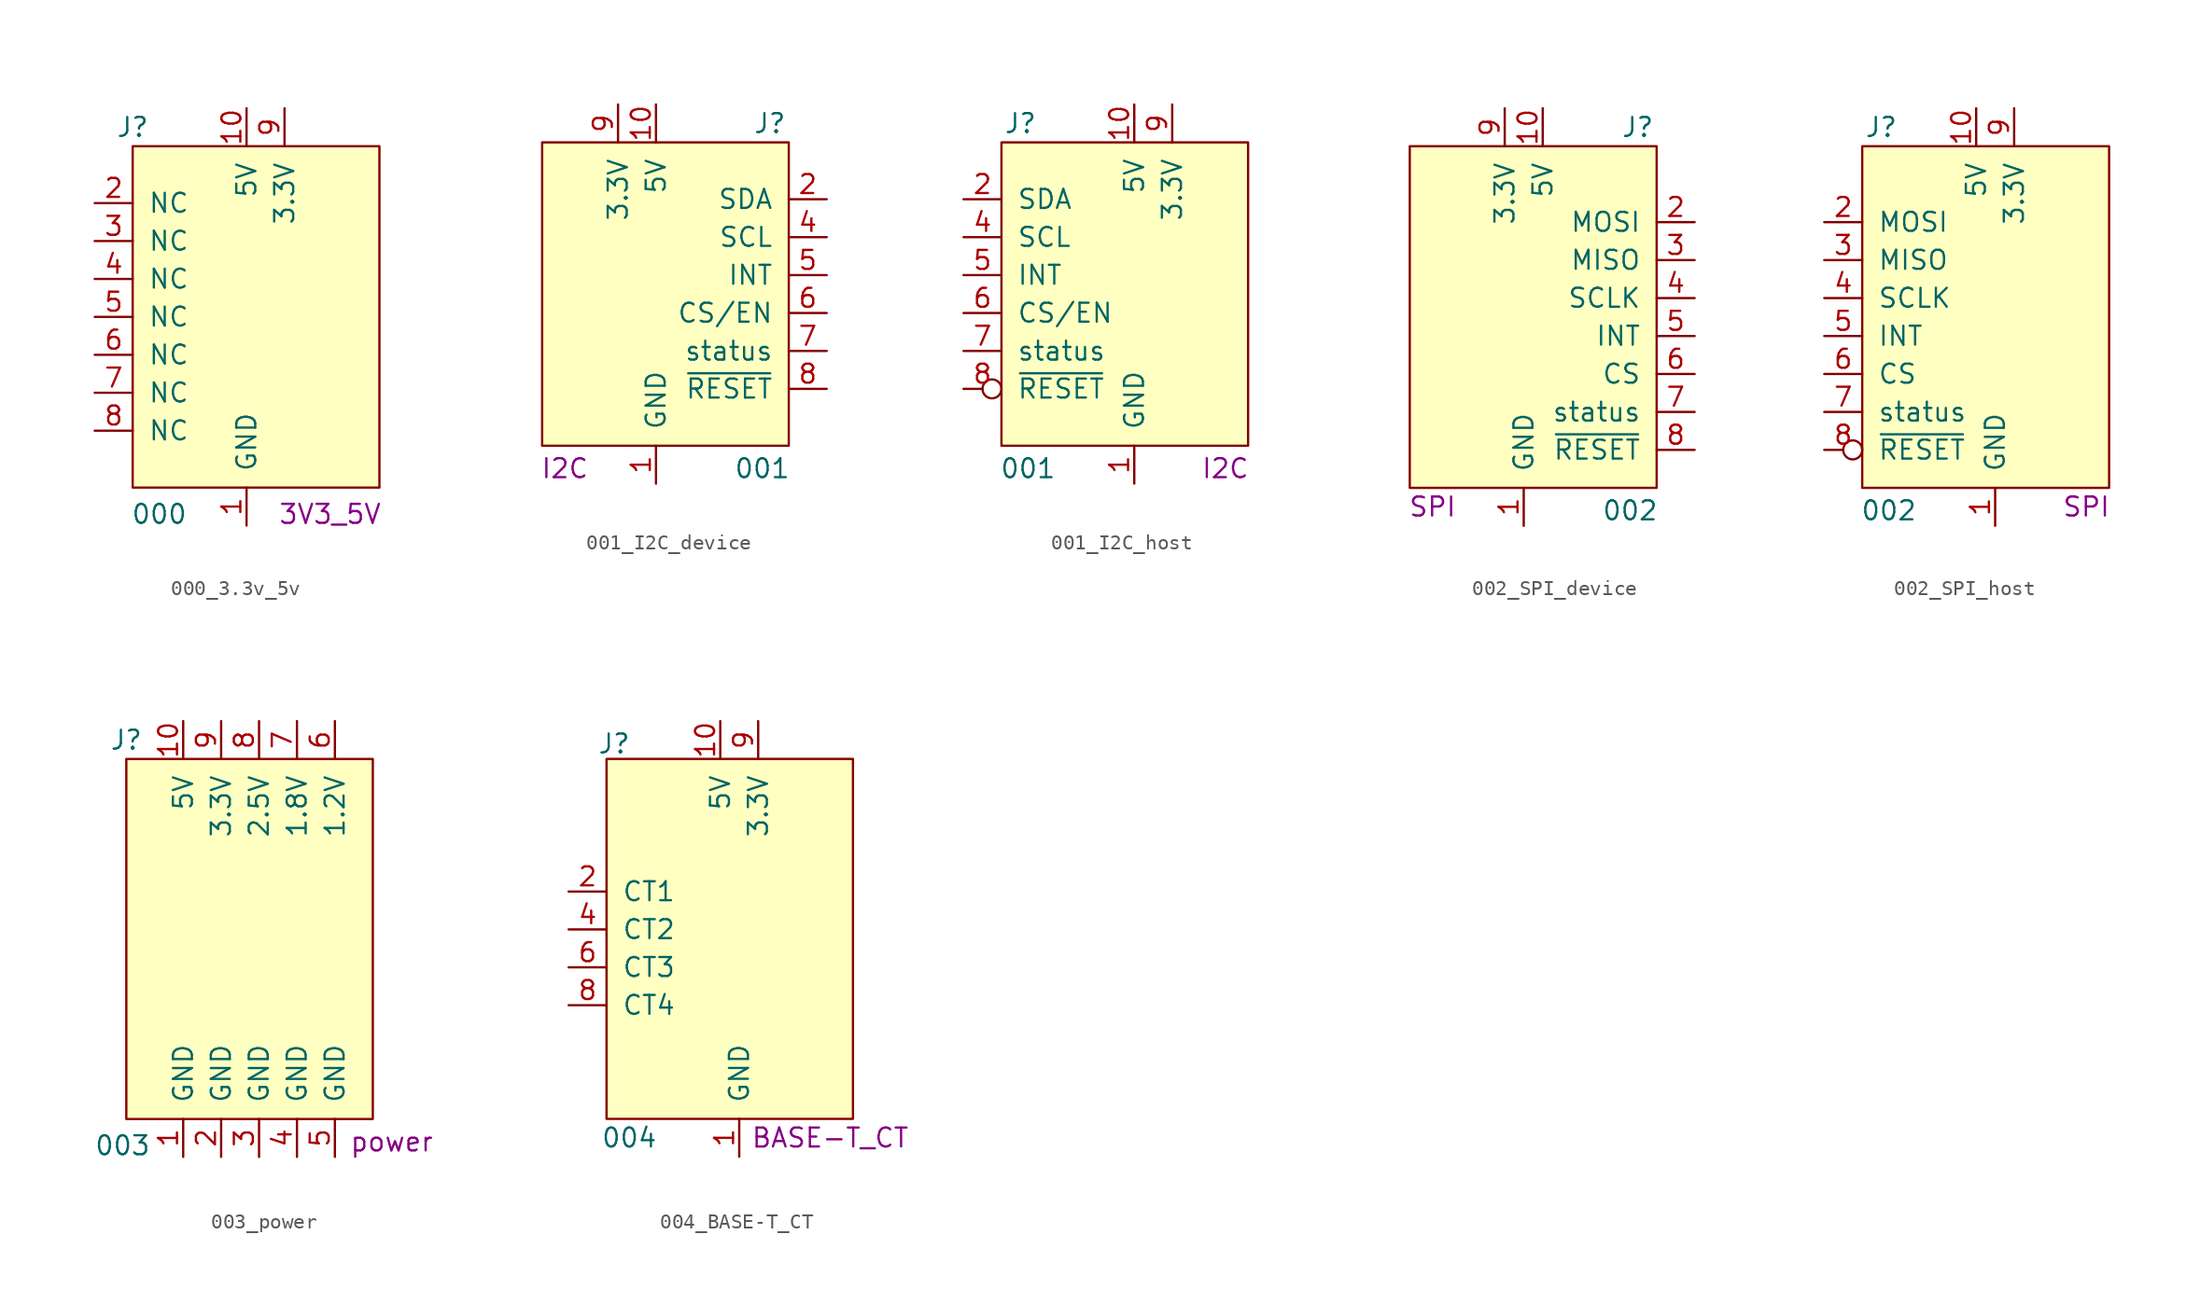
<source format=kicad_sym>
(kicad_symbol_lib
  (version 20241209)
  (generator "kicad_symbol_editor")
  (generator_version "9.0")
  (symbol "000_3.3v_5v"
    (pin_names
      (offset 1.016))
    (property "Reference" "J"
      (at -7.62 15.24 0)
      (effects (font (size 1.27 1.27))))
    (property "Value" "000"
      (at -5.842 -10.668 0)
      (effects (font (size 1.27 1.27))))
    (property "Type" "3V3_5V"
      (at 5.588 -10.668 0)
      (effects (font (size 1.27 1.27))))
    (symbol "000_3.3v_5v_0_1"
      (rectangle (start -7.62 13.97) (end 8.89 -8.89) (stroke (width 0) (type default)) (fill (type background))))
    (symbol "000_3.3v_5v_1_1"
      (pin passive line (at -10.16 10.16 0) (length 2.54) (name "NC" (effects (font (size 1.27 1.27)))) (number "2" (effects (font (size 1.27 1.27)))))
      (pin passive line (at -10.16 7.62 0) (length 2.54) (name "NC" (effects (font (size 1.27 1.27)))) (number "3" (effects (font (size 1.27 1.27)))))
      (pin passive line (at -10.16 5.08 0) (length 2.54) (name "NC" (effects (font (size 1.27 1.27)))) (number "4" (effects (font (size 1.27 1.27)))))
      (pin passive line (at -10.16 2.54 0) (length 2.54) (name "NC" (effects (font (size 1.27 1.27)))) (number "5" (effects (font (size 1.27 1.27)))))
      (pin passive line (at -10.16 0 0) (length 2.54) (name "NC" (effects (font (size 1.27 1.27)))) (number "6" (effects (font (size 1.27 1.27)))))
      (pin passive line (at -10.16 -2.54 0) (length 2.54) (name "NC" (effects (font (size 1.27 1.27)))) (number "7" (effects (font (size 1.27 1.27)))))
      (pin passive line (at -10.16 -5.08 0) (length 2.54) (name "NC" (effects (font (size 1.27 1.27)))) (number "8" (effects (font (size 1.27 1.27)))))
      (pin passive line (at 0 16.51 270) (length 2.54) (name "5V" (effects (font (size 1.27 1.27)))) (number "10" (effects (font (size 1.27 1.27)))))
      (pin passive line (at 0 -11.43 90) (length 2.54) (name "GND" (effects (font (size 1.27 1.27)))) (number "1" (effects (font (size 1.27 1.27)))))
      (pin passive line (at 2.54 16.51 270) (length 2.54) (name "3.3V" (effects (font (size 1.27 1.27)))) (number "9" (effects (font (size 1.27 1.27)))))))
  (symbol "001_I2C_device"
    (pin_names
      (offset 1.016))
    (property "Reference" "J"
      (at 7.62 13.97 0)
      (effects (font (size 1.27 1.27))))
    (property "Value" "001"
      (at 7.112 -9.144 0)
      (effects (font (size 1.27 1.27))))
    (property "Type" "I2C"
      (at -6.096 -9.144 0)
      (effects (font (size 1.27 1.27))))
    (symbol "001_I2C_device_0_1"
      (rectangle (start -7.62 12.7) (end 8.89 -7.62) (stroke (width 0) (type default)) (fill (type background))))
    (symbol "001_I2C_device_1_1"
      (pin no_connect line (at -10.16 2.54 0) (length 2.54) (hide yes) (name "N/C" (effects (font (size 1.27 1.27)))) (number "3" (effects (font (size 1.27 1.27)))))
      (pin power_out line (at -2.54 15.24 270) (length 2.54) (name "3.3V" (effects (font (size 1.27 1.27)))) (number "9" (effects (font (size 1.27 1.27)))))
      (pin power_out line (at 0 15.24 270) (length 2.54) (name "5V" (effects (font (size 1.27 1.27)))) (number "10" (effects (font (size 1.27 1.27)))))
      (pin passive line (at 0 -10.16 90) (length 2.54) (name "GND" (effects (font (size 1.27 1.27)))) (number "1" (effects (font (size 1.27 1.27)))))
      (pin bidirectional line (at 11.43 8.89 180) (length 2.54) (name "SDA" (effects (font (size 1.27 1.27)))) (number "2" (effects (font (size 1.27 1.27)))))
      (pin output line (at 11.43 6.35 180) (length 2.54) (name "SCL" (effects (font (size 1.27 1.27)))) (number "4" (effects (font (size 1.27 1.27)))))
      (pin input line (at 11.43 3.81 180) (length 2.54) (name "INT" (effects (font (size 1.27 1.27)))) (number "5" (effects (font (size 1.27 1.27)))))
      (pin output line (at 11.43 1.27 180) (length 2.54) (name "CS/EN" (effects (font (size 1.27 1.27)))) (number "6" (effects (font (size 1.27 1.27)))))
      (pin input line (at 11.43 -1.27 180) (length 2.54) (name "status" (effects (font (size 1.27 1.27)))) (number "7" (effects (font (size 1.27 1.27)))))
      (pin output line (at 11.43 -3.81 180) (length 2.54) (name "~{RESET}" (effects (font (size 1.27 1.27)))) (number "8" (effects (font (size 1.27 1.27)))))))
  (symbol "001_I2C_host"
    (pin_names
      (offset 1.016))
    (property "Reference" "J"
      (at -7.62 13.97 0)
      (effects (font (size 1.27 1.27))))
    (property "Value" "001"
      (at -7.112 -9.144 0)
      (effects (font (size 1.27 1.27))))
    (property "Type" "I2C"
      (at 6.096 -9.144 0)
      (effects (font (size 1.27 1.27))))
    (symbol "001_I2C_host_0_1"
      (rectangle (start -8.89 12.7) (end 7.62 -7.62) (stroke (width 0) (type default)) (fill (type background))))
    (symbol "001_I2C_host_1_1"
      (pin bidirectional line (at -11.43 8.89 0) (length 2.54) (name "SDA" (effects (font (size 1.27 1.27)))) (number "2" (effects (font (size 1.27 1.27)))))
      (pin input line (at -11.43 6.35 0) (length 2.54) (name "SCL" (effects (font (size 1.27 1.27)))) (number "4" (effects (font (size 1.27 1.27)))))
      (pin output line (at -11.43 3.81 0) (length 2.54) (name "INT" (effects (font (size 1.27 1.27)))) (number "5" (effects (font (size 1.27 1.27)))))
      (pin input line (at -11.43 1.27 0) (length 2.54) (name "CS/EN" (effects (font (size 1.27 1.27)))) (number "6" (effects (font (size 1.27 1.27)))))
      (pin output line (at -11.43 -1.27 0) (length 2.54) (name "status" (effects (font (size 1.27 1.27)))) (number "7" (effects (font (size 1.27 1.27)))))
      (pin input inverted (at -11.43 -3.81 0) (length 2.54) (name "~{RESET}" (effects (font (size 1.27 1.27)))) (number "8" (effects (font (size 1.27 1.27)))))
      (pin power_in line (at 0 15.24 270) (length 2.54) (name "5V" (effects (font (size 1.27 1.27)))) (number "10" (effects (font (size 1.27 1.27)))))
      (pin passive line (at 0 -10.16 90) (length 2.54) (name "GND" (effects (font (size 1.27 1.27)))) (number "1" (effects (font (size 1.27 1.27)))))
      (pin power_in line (at 2.54 15.24 270) (length 2.54) (name "3.3V" (effects (font (size 1.27 1.27)))) (number "9" (effects (font (size 1.27 1.27)))))
      (pin no_connect line (at 10.16 1.27 180) (length 2.54) (hide yes) (name "N/C" (effects (font (size 1.27 1.27)))) (number "3" (effects (font (size 1.27 1.27)))))))
  (symbol "002_SPI_device"
    (pin_names
      (offset 1.016))
    (property "Reference" "J"
      (at 6.35 13.97 0)
      (effects (font (size 1.27 1.27))))
    (property "Value" "002"
      (at 5.842 -11.684 0)
      (effects (font (size 1.27 1.27))))
    (property "Type" "SPI"
      (at -7.366 -11.43 0)
      (effects (font (size 1.27 1.27))))
    (symbol "002_SPI_device_0_1"
      (rectangle (start 7.62 12.7) (end -8.89 -10.16) (stroke (width 0) (type default)) (fill (type background))))
    (symbol "002_SPI_device_1_1"
      (pin power_out line (at -2.54 15.24 270) (length 2.54) (name "3.3V" (effects (font (size 1.27 1.27)))) (number "9" (effects (font (size 1.27 1.27)))))
      (pin power_out line (at -1.27 -12.7 90) (length 2.54) (name "GND" (effects (font (size 1.27 1.27)))) (number "1" (effects (font (size 1.27 1.27)))))
      (pin power_out line (at 0 15.24 270) (length 2.54) (name "5V" (effects (font (size 1.27 1.27)))) (number "10" (effects (font (size 1.27 1.27)))))
      (pin output line (at 10.16 7.62 180) (length 2.54) (name "MOSI" (effects (font (size 1.27 1.27)))) (number "2" (effects (font (size 1.27 1.27)))))
      (pin input line (at 10.16 5.08 180) (length 2.54) (name "MISO" (effects (font (size 1.27 1.27)))) (number "3" (effects (font (size 1.27 1.27)))))
      (pin output line (at 10.16 2.54 180) (length 2.54) (name "SCLK" (effects (font (size 1.27 1.27)))) (number "4" (effects (font (size 1.27 1.27)))))
      (pin input line (at 10.16 0 180) (length 2.54) (name "INT" (effects (font (size 1.27 1.27)))) (number "5" (effects (font (size 1.27 1.27)))))
      (pin output line (at 10.16 -2.54 180) (length 2.54) (name "CS" (effects (font (size 1.27 1.27)))) (number "6" (effects (font (size 1.27 1.27)))))
      (pin input line (at 10.16 -5.08 180) (length 2.54) (name "status" (effects (font (size 1.27 1.27)))) (number "7" (effects (font (size 1.27 1.27)))))
      (pin output line (at 10.16 -7.62 180) (length 2.54) (name "~{RESET}" (effects (font (size 1.27 1.27)))) (number "8" (effects (font (size 1.27 1.27)))))))
  (symbol "002_SPI_host"
    (pin_names
      (offset 1.016))
    (property "Reference" "J"
      (at -6.35 13.97 0)
      (effects (font (size 1.27 1.27))))
    (property "Value" "002"
      (at -5.842 -11.684 0)
      (effects (font (size 1.27 1.27))))
    (property "Type" "SPI"
      (at 7.366 -11.43 0)
      (effects (font (size 1.27 1.27))))
    (symbol "002_SPI_host_0_1"
      (rectangle (start -7.62 12.7) (end 8.89 -10.16) (stroke (width 0) (type default)) (fill (type background))))
    (symbol "002_SPI_host_1_1"
      (pin input line (at -10.16 7.62 0) (length 2.54) (name "MOSI" (effects (font (size 1.27 1.27)))) (number "2" (effects (font (size 1.27 1.27)))))
      (pin output line (at -10.16 5.08 0) (length 2.54) (name "MISO" (effects (font (size 1.27 1.27)))) (number "3" (effects (font (size 1.27 1.27)))))
      (pin input line (at -10.16 2.54 0) (length 2.54) (name "SCLK" (effects (font (size 1.27 1.27)))) (number "4" (effects (font (size 1.27 1.27)))))
      (pin output line (at -10.16 0 0) (length 2.54) (name "INT" (effects (font (size 1.27 1.27)))) (number "5" (effects (font (size 1.27 1.27)))))
      (pin input line (at -10.16 -2.54 0) (length 2.54) (name "CS" (effects (font (size 1.27 1.27)))) (number "6" (effects (font (size 1.27 1.27)))))
      (pin output line (at -10.16 -5.08 0) (length 2.54) (name "status" (effects (font (size 1.27 1.27)))) (number "7" (effects (font (size 1.27 1.27)))))
      (pin input inverted (at -10.16 -7.62 0) (length 2.54) (name "~{RESET}" (effects (font (size 1.27 1.27)))) (number "8" (effects (font (size 1.27 1.27)))))
      (pin power_in line (at 0 15.24 270) (length 2.54) (name "5V" (effects (font (size 1.27 1.27)))) (number "10" (effects (font (size 1.27 1.27)))))
      (pin passive line (at 1.27 -12.7 90) (length 2.54) (name "GND" (effects (font (size 1.27 1.27)))) (number "1" (effects (font (size 1.27 1.27)))))
      (pin power_in line (at 2.54 15.24 270) (length 2.54) (name "3.3V" (effects (font (size 1.27 1.27)))) (number "9" (effects (font (size 1.27 1.27)))))))
  (symbol "003_power"
    (pin_names
      (offset 1.016))
    (property "Reference" "J"
      (at -8.89 13.97 0)
      (effects (font (size 1.27 1.27))))
    (property "Value" "003"
      (at -9.144 -13.208 0)
      (effects (font (size 1.27 1.27))))
    (property "Type" "power"
      (at 8.89 -12.954 0)
      (effects (font (size 1.27 1.27))))
    (symbol "003_power_0_1"
      (rectangle (start -8.89 12.7) (end 7.62 -11.43) (stroke (width 0) (type default)) (fill (type background))))
    (symbol "003_power_1_1"
      (pin passive line (at -5.08 15.24 270) (length 2.54) (name "5V" (effects (font (size 1.27 1.27)))) (number "10" (effects (font (size 1.27 1.27)))))
      (pin passive line (at -5.08 -13.97 90) (length 2.54) (name "GND" (effects (font (size 1.27 1.27)))) (number "1" (effects (font (size 1.27 1.27)))))
      (pin passive line (at -2.54 15.24 270) (length 2.54) (name "3.3V" (effects (font (size 1.27 1.27)))) (number "9" (effects (font (size 1.27 1.27)))))
      (pin passive line (at -2.54 -13.97 90) (length 2.54) (name "GND" (effects (font (size 1.27 1.27)))) (number "2" (effects (font (size 1.27 1.27)))))
      (pin passive line (at 0 15.24 270) (length 2.54) (name "2.5V" (effects (font (size 1.27 1.27)))) (number "8" (effects (font (size 1.27 1.27)))))
      (pin passive line (at 0 -13.97 90) (length 2.54) (name "GND" (effects (font (size 1.27 1.27)))) (number "3" (effects (font (size 1.27 1.27)))))
      (pin passive line (at 2.54 15.24 270) (length 2.54) (name "1.8V" (effects (font (size 1.27 1.27)))) (number "7" (effects (font (size 1.27 1.27)))))
      (pin passive line (at 2.54 -13.97 90) (length 2.54) (name "GND" (effects (font (size 1.27 1.27)))) (number "4" (effects (font (size 1.27 1.27)))))
      (pin passive line (at 5.08 15.24 270) (length 2.54) (name "1.2V" (effects (font (size 1.27 1.27)))) (number "6" (effects (font (size 1.27 1.27)))))
      (pin passive line (at 5.08 -13.97 90) (length 2.54) (name "GND" (effects (font (size 1.27 1.27)))) (number "5" (effects (font (size 1.27 1.27)))))))
  (symbol "004_BASE-T_CT"
    (pin_names
      (offset 1.016))
    (property "Reference" "J"
      (at -8.382 13.716 0)
      (effects (font (size 1.27 1.27))))
    (property "Value" "004"
      (at -7.366 -12.7 0)
      (effects (font (size 1.27 1.27))))
    (property "Type" "BASE-T_CT"
      (at 6.096 -12.7 0)
      (effects (font (size 1.27 1.27))))
    (symbol "004_BASE-T_CT_0_1"
      (rectangle (start -8.89 12.7) (end 7.62 -11.43) (stroke (width 0) (type default)) (fill (type background))))
    (symbol "004_BASE-T_CT_1_1"
      (pin bidirectional line (at -11.43 3.81 0) (length 2.54) (name "CT1" (effects (font (size 1.27 1.27)))) (number "2" (effects (font (size 1.27 1.27)))))
      (pin bidirectional line (at -11.43 1.27 0) (length 2.54) (name "CT2" (effects (font (size 1.27 1.27)))) (number "4" (effects (font (size 1.27 1.27)))))
      (pin bidirectional line (at -11.43 -1.27 0) (length 2.54) (name "CT3" (effects (font (size 1.27 1.27)))) (number "6" (effects (font (size 1.27 1.27)))))
      (pin bidirectional line (at -11.43 -3.81 0) (length 2.54) (name "CT4" (effects (font (size 1.27 1.27)))) (number "8" (effects (font (size 1.27 1.27)))))
      (pin passive line (at -1.27 15.24 270) (length 2.54) (name "5V" (effects (font (size 1.27 1.27)))) (number "10" (effects (font (size 1.27 1.27)))))
      (pin passive line (at 0 -13.97 90) (length 2.54) (name "GND" (effects (font (size 1.27 1.27)))) (number "1" (effects (font (size 1.27 1.27)))))
      (pin passive line (at 1.27 15.24 270) (length 2.54) (name "3.3V" (effects (font (size 1.27 1.27)))) (number "9" (effects (font (size 1.27 1.27))))))))
</source>
